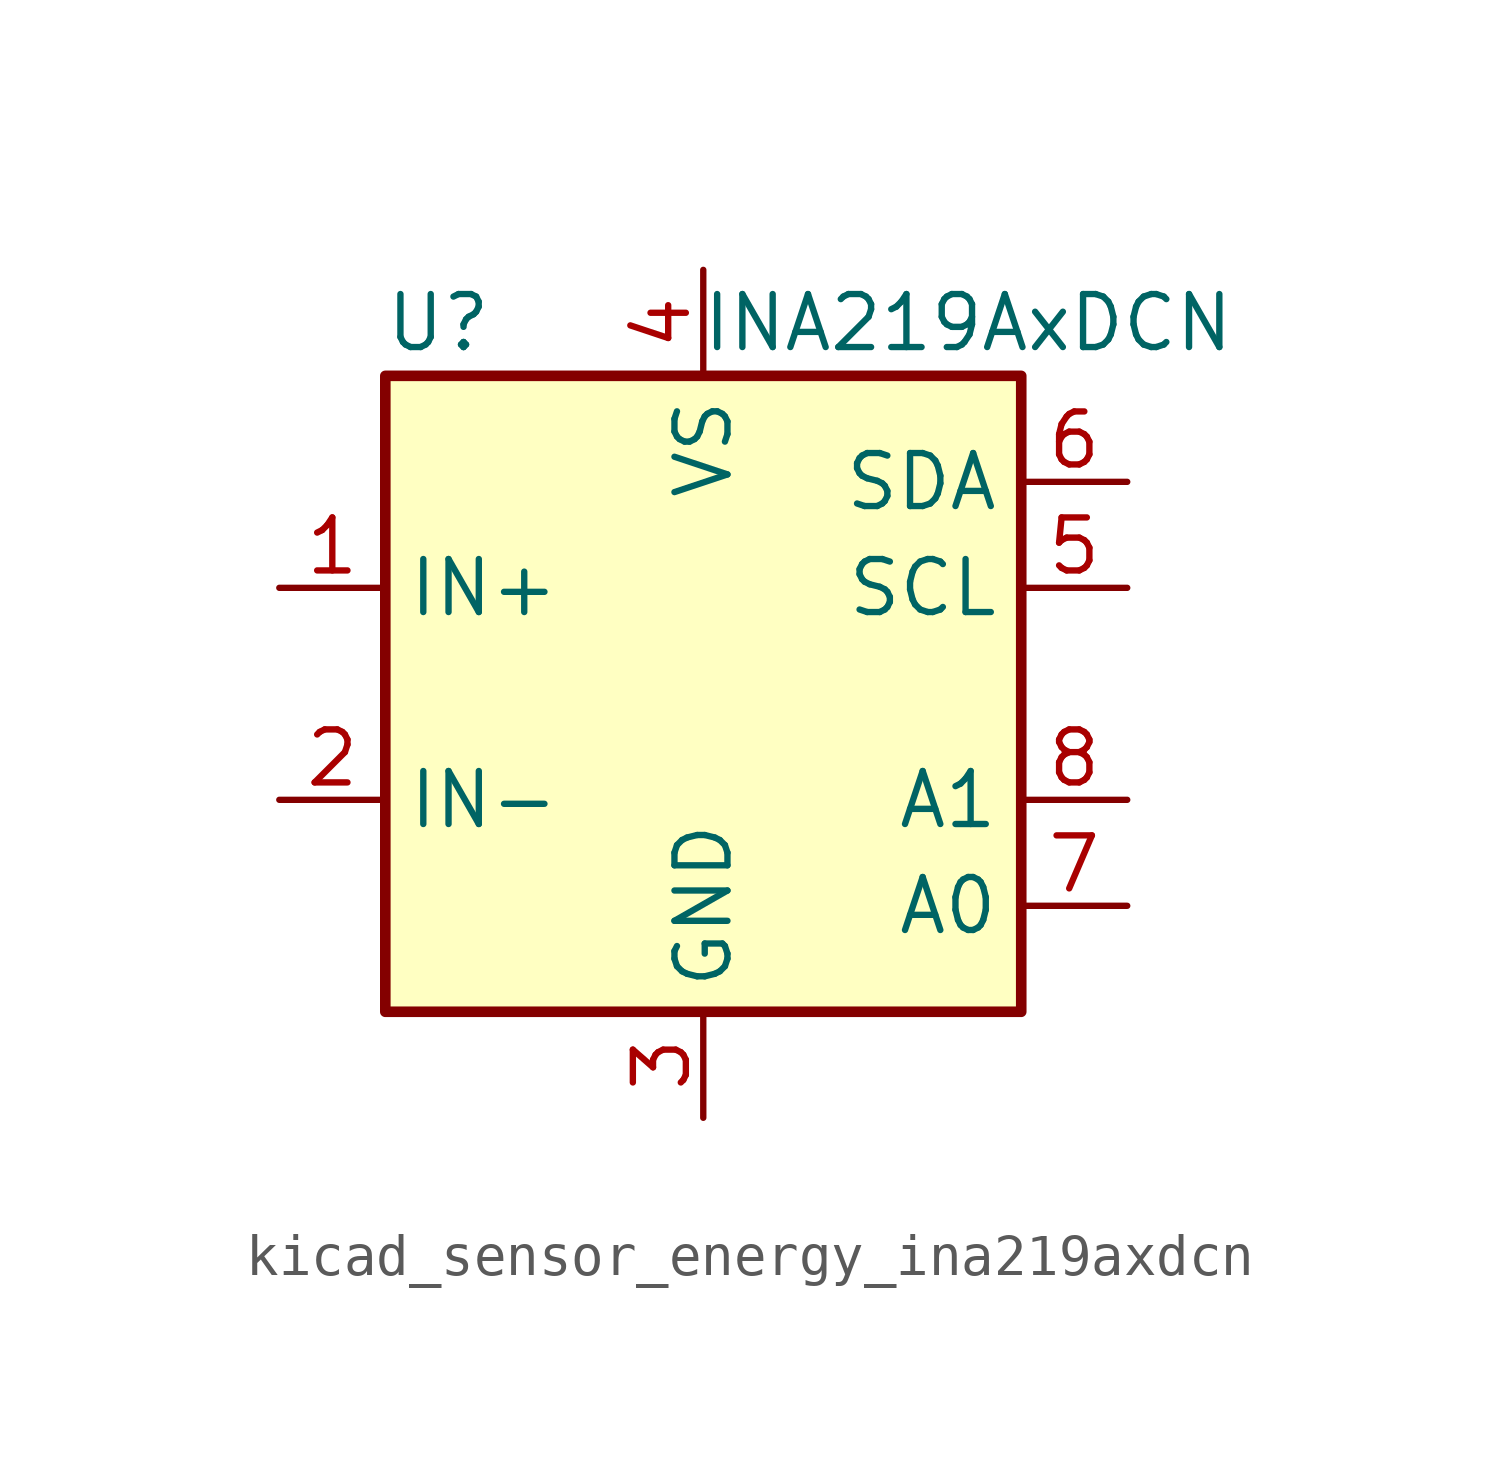
<source format=kicad_sym>
(kicad_symbol_lib
  (version 20220914)
  (generator kicad_symbol_editor)
  (symbol "kicad_sensor_energy_ina219axdcn"
    (property "Reference" "U"
      (at -6.35 8.89 0)
      (effects (font (size 1.27 1.27))))
    (property "Value" "INA219AxDCN"
      (at 6.35 8.89 0)
      (effects (font (size 1.27 1.27))))
    (symbol "kicad_sensor_energy_ina219axdcn_0_1"
      (rectangle (start -7.62 7.62) (end 7.62 -7.62) (stroke (width 0.254) (type default)) (fill (type background))))
    (symbol "kicad_sensor_energy_ina219axdcn_1_1"
      (pin input line (at -10.16 2.54 0) (length 2.54) (name "IN+" (effects (font (size 1.27 1.27)))) (number "1" (effects (font (size 1.27 1.27)))))
      (pin input line (at -10.16 -2.54 0) (length 2.54) (name "IN-" (effects (font (size 1.27 1.27)))) (number "2" (effects (font (size 1.27 1.27)))))
      (pin power_in line (at 0 -10.16 90) (length 2.54) (name "GND" (effects (font (size 1.27 1.27)))) (number "3" (effects (font (size 1.27 1.27)))))
      (pin power_in line (at 0 10.16 270) (length 2.54) (name "VS" (effects (font (size 1.27 1.27)))) (number "4" (effects (font (size 1.27 1.27)))))
      (pin input line (at 10.16 2.54 180) (length 2.54) (name "SCL" (effects (font (size 1.27 1.27)))) (number "5" (effects (font (size 1.27 1.27)))))
      (pin bidirectional line (at 10.16 5.08 180) (length 2.54) (name "SDA" (effects (font (size 1.27 1.27)))) (number "6" (effects (font (size 1.27 1.27)))))
      (pin input line (at 10.16 -5.08 180) (length 2.54) (name "A0" (effects (font (size 1.27 1.27)))) (number "7" (effects (font (size 1.27 1.27)))))
      (pin input line (at 10.16 -2.54 180) (length 2.54) (name "A1" (effects (font (size 1.27 1.27)))) (number "8" (effects (font (size 1.27 1.27))))))))
</source>
